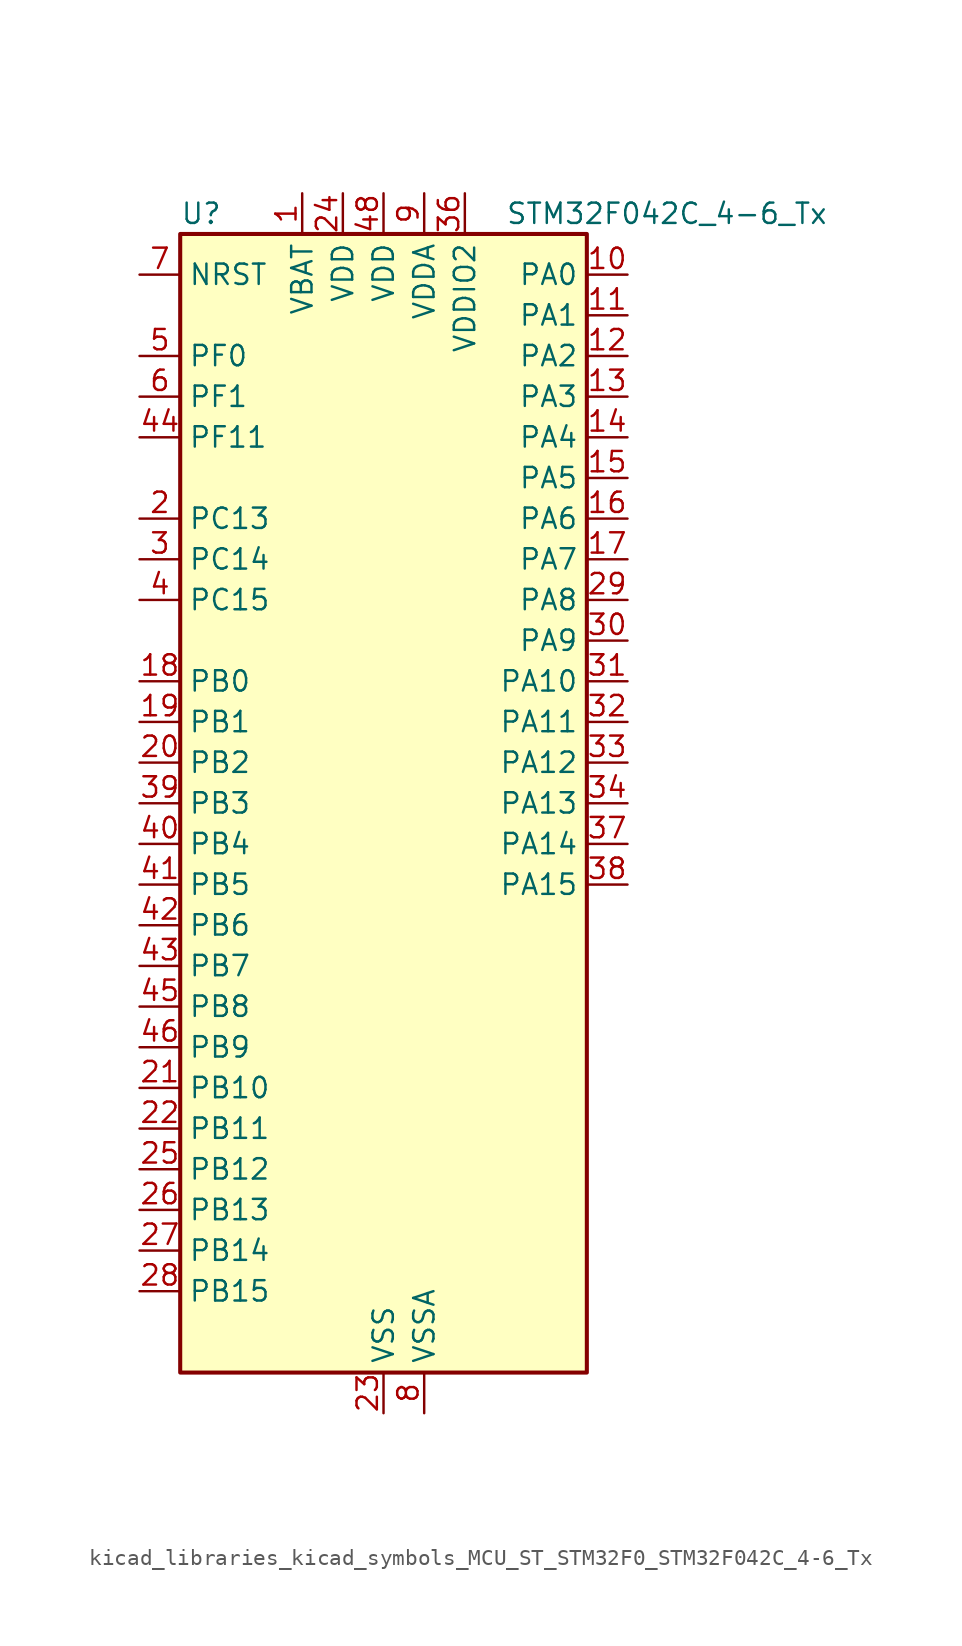
<source format=kicad_sym>
(kicad_symbol_lib
  (version 20220914)
  (generator kicad_symbol_editor)
  (symbol "kicad_libraries_kicad_symbols_MCU_ST_STM32F0_STM32F042C_4-6_Tx"
    (property "Reference" "U"
      (at -12.7 36.83 0)
      (effects (font (size 1.27 1.27)) (justify left)))
    (property "Value" "STM32F042C_4-6_Tx"
      (at 7.62 36.83 0)
      (effects (font (size 1.27 1.27)) (justify left)))
    (property "ki_locked" ""
      (at 0 0 0)
      (effects (font (size 1.27 1.27))))
    (symbol "kicad_libraries_kicad_symbols_MCU_ST_STM32F0_STM32F042C_4-6_Tx_0_1"
      (rectangle (start -12.7 -35.56) (end 12.7 35.56) (stroke (width 0.254) (type default)) (fill (type background))))
    (symbol "kicad_libraries_kicad_symbols_MCU_ST_STM32F0_STM32F042C_4-6_Tx_1_1"
      (pin power_in line (at -5.08 38.1 270) (length 2.54) (name "VBAT" (effects (font (size 1.27 1.27)))) (number "1" (effects (font (size 1.27 1.27)))))
      (pin bidirectional line (at 15.24 33.02 180) (length 2.54) (name "PA0" (effects (font (size 1.27 1.27)))) (number "10" (effects (font (size 1.27 1.27)))) (alternate "ADC_IN0" bidirectional line) (alternate "RTC_TAMP2" bidirectional line) (alternate "SYS_WKUP1" bidirectional line) (alternate "TIM2_CH1" bidirectional line) (alternate "TIM2_ETR" bidirectional line) (alternate "TSC_G1_IO1" bidirectional line) (alternate "USART2_CTS" bidirectional line))
      (pin bidirectional line (at 15.24 30.48 180) (length 2.54) (name "PA1" (effects (font (size 1.27 1.27)))) (number "11" (effects (font (size 1.27 1.27)))) (alternate "ADC_IN1" bidirectional line) (alternate "TIM2_CH2" bidirectional line) (alternate "TSC_G1_IO2" bidirectional line) (alternate "USART2_DE" bidirectional line) (alternate "USART2_RTS" bidirectional line))
      (pin bidirectional line (at 15.24 27.94 180) (length 2.54) (name "PA2" (effects (font (size 1.27 1.27)))) (number "12" (effects (font (size 1.27 1.27)))) (alternate "ADC_IN2" bidirectional line) (alternate "SYS_WKUP4" bidirectional line) (alternate "TIM2_CH3" bidirectional line) (alternate "TSC_G1_IO3" bidirectional line) (alternate "USART2_TX" bidirectional line))
      (pin bidirectional line (at 15.24 25.4 180) (length 2.54) (name "PA3" (effects (font (size 1.27 1.27)))) (number "13" (effects (font (size 1.27 1.27)))) (alternate "ADC_IN3" bidirectional line) (alternate "TIM2_CH4" bidirectional line) (alternate "TSC_G1_IO4" bidirectional line) (alternate "USART2_RX" bidirectional line))
      (pin bidirectional line (at 15.24 22.86 180) (length 2.54) (name "PA4" (effects (font (size 1.27 1.27)))) (number "14" (effects (font (size 1.27 1.27)))) (alternate "ADC_IN4" bidirectional line) (alternate "I2S1_WS" bidirectional line) (alternate "SPI1_NSS" bidirectional line) (alternate "TIM14_CH1" bidirectional line) (alternate "TSC_G2_IO1" bidirectional line) (alternate "USART2_CK" bidirectional line) (alternate "USB_NOE" bidirectional line))
      (pin bidirectional line (at 15.24 20.32 180) (length 2.54) (name "PA5" (effects (font (size 1.27 1.27)))) (number "15" (effects (font (size 1.27 1.27)))) (alternate "ADC_IN5" bidirectional line) (alternate "CEC" bidirectional line) (alternate "I2S1_CK" bidirectional line) (alternate "SPI1_SCK" bidirectional line) (alternate "TIM2_CH1" bidirectional line) (alternate "TIM2_ETR" bidirectional line) (alternate "TSC_G2_IO2" bidirectional line))
      (pin bidirectional line (at 15.24 17.78 180) (length 2.54) (name "PA6" (effects (font (size 1.27 1.27)))) (number "16" (effects (font (size 1.27 1.27)))) (alternate "ADC_IN6" bidirectional line) (alternate "I2S1_MCK" bidirectional line) (alternate "SPI1_MISO" bidirectional line) (alternate "TIM16_CH1" bidirectional line) (alternate "TIM1_BKIN" bidirectional line) (alternate "TIM3_CH1" bidirectional line) (alternate "TSC_G2_IO3" bidirectional line))
      (pin bidirectional line (at 15.24 15.24 180) (length 2.54) (name "PA7" (effects (font (size 1.27 1.27)))) (number "17" (effects (font (size 1.27 1.27)))) (alternate "ADC_IN7" bidirectional line) (alternate "I2S1_SD" bidirectional line) (alternate "SPI1_MOSI" bidirectional line) (alternate "TIM14_CH1" bidirectional line) (alternate "TIM17_CH1" bidirectional line) (alternate "TIM1_CH1N" bidirectional line) (alternate "TIM3_CH2" bidirectional line) (alternate "TSC_G2_IO4" bidirectional line))
      (pin bidirectional line (at -15.24 7.62 0) (length 2.54) (name "PB0" (effects (font (size 1.27 1.27)))) (number "18" (effects (font (size 1.27 1.27)))) (alternate "ADC_IN8" bidirectional line) (alternate "TIM1_CH2N" bidirectional line) (alternate "TIM3_CH3" bidirectional line) (alternate "TSC_G3_IO2" bidirectional line))
      (pin bidirectional line (at -15.24 5.08 0) (length 2.54) (name "PB1" (effects (font (size 1.27 1.27)))) (number "19" (effects (font (size 1.27 1.27)))) (alternate "ADC_IN9" bidirectional line) (alternate "TIM14_CH1" bidirectional line) (alternate "TIM1_CH3N" bidirectional line) (alternate "TIM3_CH4" bidirectional line) (alternate "TSC_G3_IO3" bidirectional line))
      (pin bidirectional line (at -15.24 17.78 0) (length 2.54) (name "PC13" (effects (font (size 1.27 1.27)))) (number "2" (effects (font (size 1.27 1.27)))) (alternate "RTC_OUT_ALARM" bidirectional line) (alternate "RTC_OUT_CALIB" bidirectional line) (alternate "RTC_TAMP1" bidirectional line) (alternate "RTC_TS" bidirectional line) (alternate "SYS_WKUP2" bidirectional line))
      (pin bidirectional line (at -15.24 2.54 0) (length 2.54) (name "PB2" (effects (font (size 1.27 1.27)))) (number "20" (effects (font (size 1.27 1.27)))) (alternate "TSC_G3_IO4" bidirectional line))
      (pin bidirectional line (at -15.24 -17.78 0) (length 2.54) (name "PB10" (effects (font (size 1.27 1.27)))) (number "21" (effects (font (size 1.27 1.27)))) (alternate "CEC" bidirectional line) (alternate "I2C1_SCL" bidirectional line) (alternate "SPI2_SCK" bidirectional line) (alternate "TIM2_CH3" bidirectional line) (alternate "TSC_SYNC" bidirectional line))
      (pin bidirectional line (at -15.24 -20.32 0) (length 2.54) (name "PB11" (effects (font (size 1.27 1.27)))) (number "22" (effects (font (size 1.27 1.27)))) (alternate "I2C1_SDA" bidirectional line) (alternate "TIM2_CH4" bidirectional line))
      (pin power_in line (at 0 -38.1 90) (length 2.54) (name "VSS" (effects (font (size 1.27 1.27)))) (number "23" (effects (font (size 1.27 1.27)))))
      (pin power_in line (at -2.54 38.1 270) (length 2.54) (name "VDD" (effects (font (size 1.27 1.27)))) (number "24" (effects (font (size 1.27 1.27)))))
      (pin bidirectional line (at -15.24 -22.86 0) (length 2.54) (name "PB12" (effects (font (size 1.27 1.27)))) (number "25" (effects (font (size 1.27 1.27)))) (alternate "SPI2_NSS" bidirectional line) (alternate "TIM1_BKIN" bidirectional line))
      (pin bidirectional line (at -15.24 -25.4 0) (length 2.54) (name "PB13" (effects (font (size 1.27 1.27)))) (number "26" (effects (font (size 1.27 1.27)))) (alternate "I2C1_SCL" bidirectional line) (alternate "SPI2_SCK" bidirectional line) (alternate "TIM1_CH1N" bidirectional line))
      (pin bidirectional line (at -15.24 -27.94 0) (length 2.54) (name "PB14" (effects (font (size 1.27 1.27)))) (number "27" (effects (font (size 1.27 1.27)))) (alternate "I2C1_SDA" bidirectional line) (alternate "SPI2_MISO" bidirectional line) (alternate "TIM1_CH2N" bidirectional line))
      (pin bidirectional line (at -15.24 -30.48 0) (length 2.54) (name "PB15" (effects (font (size 1.27 1.27)))) (number "28" (effects (font (size 1.27 1.27)))) (alternate "RTC_REFIN" bidirectional line) (alternate "SPI2_MOSI" bidirectional line) (alternate "SYS_WKUP7" bidirectional line) (alternate "TIM1_CH3N" bidirectional line))
      (pin bidirectional line (at 15.24 12.7 180) (length 2.54) (name "PA8" (effects (font (size 1.27 1.27)))) (number "29" (effects (font (size 1.27 1.27)))) (alternate "CRS_SYNC" bidirectional line) (alternate "RCC_MCO" bidirectional line) (alternate "TIM1_CH1" bidirectional line) (alternate "USART1_CK" bidirectional line))
      (pin bidirectional line (at -15.24 15.24 0) (length 2.54) (name "PC14" (effects (font (size 1.27 1.27)))) (number "3" (effects (font (size 1.27 1.27)))) (alternate "RCC_OSC32_IN" bidirectional line))
      (pin bidirectional line (at 15.24 10.16 180) (length 2.54) (name "PA9" (effects (font (size 1.27 1.27)))) (number "30" (effects (font (size 1.27 1.27)))) (alternate "I2C1_SCL" bidirectional line) (alternate "TIM1_CH2" bidirectional line) (alternate "TSC_G4_IO1" bidirectional line) (alternate "USART1_TX" bidirectional line))
      (pin bidirectional line (at 15.24 7.62 180) (length 2.54) (name "PA10" (effects (font (size 1.27 1.27)))) (number "31" (effects (font (size 1.27 1.27)))) (alternate "I2C1_SDA" bidirectional line) (alternate "TIM17_BKIN" bidirectional line) (alternate "TIM1_CH3" bidirectional line) (alternate "TSC_G4_IO2" bidirectional line) (alternate "USART1_RX" bidirectional line))
      (pin bidirectional line (at 15.24 5.08 180) (length 2.54) (name "PA11" (effects (font (size 1.27 1.27)))) (number "32" (effects (font (size 1.27 1.27)))) (alternate "CAN_RX" bidirectional line) (alternate "I2C1_SCL" bidirectional line) (alternate "TIM1_CH4" bidirectional line) (alternate "TSC_G4_IO3" bidirectional line) (alternate "USART1_CTS" bidirectional line) (alternate "USB_DM" bidirectional line))
      (pin bidirectional line (at 15.24 2.54 180) (length 2.54) (name "PA12" (effects (font (size 1.27 1.27)))) (number "33" (effects (font (size 1.27 1.27)))) (alternate "CAN_TX" bidirectional line) (alternate "I2C1_SDA" bidirectional line) (alternate "TIM1_ETR" bidirectional line) (alternate "TSC_G4_IO4" bidirectional line) (alternate "USART1_DE" bidirectional line) (alternate "USART1_RTS" bidirectional line) (alternate "USB_DP" bidirectional line))
      (pin bidirectional line (at 15.24 0 180) (length 2.54) (name "PA13" (effects (font (size 1.27 1.27)))) (number "34" (effects (font (size 1.27 1.27)))) (alternate "IR_OUT" bidirectional line) (alternate "SYS_SWDIO" bidirectional line) (alternate "USB_NOE" bidirectional line))
      (pin passive line (at 0 -38.1 90) (length 2.54) hide (name "VSS" (effects (font (size 1.27 1.27)))) (number "35" (effects (font (size 1.27 1.27)))))
      (pin power_in line (at 5.08 38.1 270) (length 2.54) (name "VDDIO2" (effects (font (size 1.27 1.27)))) (number "36" (effects (font (size 1.27 1.27)))))
      (pin bidirectional line (at 15.24 -2.54 180) (length 2.54) (name "PA14" (effects (font (size 1.27 1.27)))) (number "37" (effects (font (size 1.27 1.27)))) (alternate "SYS_SWCLK" bidirectional line) (alternate "USART2_TX" bidirectional line))
      (pin bidirectional line (at 15.24 -5.08 180) (length 2.54) (name "PA15" (effects (font (size 1.27 1.27)))) (number "38" (effects (font (size 1.27 1.27)))) (alternate "I2S1_WS" bidirectional line) (alternate "SPI1_NSS" bidirectional line) (alternate "TIM2_CH1" bidirectional line) (alternate "TIM2_ETR" bidirectional line) (alternate "USART2_RX" bidirectional line) (alternate "USB_NOE" bidirectional line))
      (pin bidirectional line (at -15.24 0 0) (length 2.54) (name "PB3" (effects (font (size 1.27 1.27)))) (number "39" (effects (font (size 1.27 1.27)))) (alternate "I2S1_CK" bidirectional line) (alternate "SPI1_SCK" bidirectional line) (alternate "TIM2_CH2" bidirectional line) (alternate "TSC_G5_IO1" bidirectional line))
      (pin bidirectional line (at -15.24 12.7 0) (length 2.54) (name "PC15" (effects (font (size 1.27 1.27)))) (number "4" (effects (font (size 1.27 1.27)))) (alternate "RCC_OSC32_OUT" bidirectional line))
      (pin bidirectional line (at -15.24 -2.54 0) (length 2.54) (name "PB4" (effects (font (size 1.27 1.27)))) (number "40" (effects (font (size 1.27 1.27)))) (alternate "I2S1_MCK" bidirectional line) (alternate "SPI1_MISO" bidirectional line) (alternate "TIM17_BKIN" bidirectional line) (alternate "TIM3_CH1" bidirectional line) (alternate "TSC_G5_IO2" bidirectional line))
      (pin bidirectional line (at -15.24 -5.08 0) (length 2.54) (name "PB5" (effects (font (size 1.27 1.27)))) (number "41" (effects (font (size 1.27 1.27)))) (alternate "I2C1_SMBA" bidirectional line) (alternate "I2S1_SD" bidirectional line) (alternate "SPI1_MOSI" bidirectional line) (alternate "SYS_WKUP6" bidirectional line) (alternate "TIM16_BKIN" bidirectional line) (alternate "TIM3_CH2" bidirectional line))
      (pin bidirectional line (at -15.24 -7.62 0) (length 2.54) (name "PB6" (effects (font (size 1.27 1.27)))) (number "42" (effects (font (size 1.27 1.27)))) (alternate "I2C1_SCL" bidirectional line) (alternate "TIM16_CH1N" bidirectional line) (alternate "TSC_G5_IO3" bidirectional line) (alternate "USART1_TX" bidirectional line))
      (pin bidirectional line (at -15.24 -10.16 0) (length 2.54) (name "PB7" (effects (font (size 1.27 1.27)))) (number "43" (effects (font (size 1.27 1.27)))) (alternate "I2C1_SDA" bidirectional line) (alternate "TIM17_CH1N" bidirectional line) (alternate "TSC_G5_IO4" bidirectional line) (alternate "USART1_RX" bidirectional line))
      (pin bidirectional line (at -15.24 22.86 0) (length 2.54) (name "PF11" (effects (font (size 1.27 1.27)))) (number "44" (effects (font (size 1.27 1.27)))))
      (pin bidirectional line (at -15.24 -12.7 0) (length 2.54) (name "PB8" (effects (font (size 1.27 1.27)))) (number "45" (effects (font (size 1.27 1.27)))) (alternate "CAN_RX" bidirectional line) (alternate "CEC" bidirectional line) (alternate "I2C1_SCL" bidirectional line) (alternate "TIM16_CH1" bidirectional line) (alternate "TSC_SYNC" bidirectional line))
      (pin bidirectional line (at -15.24 -15.24 0) (length 2.54) (name "PB9" (effects (font (size 1.27 1.27)))) (number "46" (effects (font (size 1.27 1.27)))) (alternate "CAN_TX" bidirectional line) (alternate "I2C1_SDA" bidirectional line) (alternate "IR_OUT" bidirectional line) (alternate "SPI2_NSS" bidirectional line) (alternate "TIM17_CH1" bidirectional line))
      (pin passive line (at 0 -38.1 90) (length 2.54) hide (name "VSS" (effects (font (size 1.27 1.27)))) (number "47" (effects (font (size 1.27 1.27)))))
      (pin power_in line (at 0 38.1 270) (length 2.54) (name "VDD" (effects (font (size 1.27 1.27)))) (number "48" (effects (font (size 1.27 1.27)))))
      (pin bidirectional line (at -15.24 27.94 0) (length 2.54) (name "PF0" (effects (font (size 1.27 1.27)))) (number "5" (effects (font (size 1.27 1.27)))) (alternate "CRS_SYNC" bidirectional line) (alternate "I2C1_SDA" bidirectional line) (alternate "RCC_OSC_IN" bidirectional line))
      (pin bidirectional line (at -15.24 25.4 0) (length 2.54) (name "PF1" (effects (font (size 1.27 1.27)))) (number "6" (effects (font (size 1.27 1.27)))) (alternate "I2C1_SCL" bidirectional line) (alternate "RCC_OSC_OUT" bidirectional line))
      (pin input line (at -15.24 33.02 0) (length 2.54) (name "NRST" (effects (font (size 1.27 1.27)))) (number "7" (effects (font (size 1.27 1.27)))))
      (pin power_in line (at 2.54 -38.1 90) (length 2.54) (name "VSSA" (effects (font (size 1.27 1.27)))) (number "8" (effects (font (size 1.27 1.27)))))
      (pin power_in line (at 2.54 38.1 270) (length 2.54) (name "VDDA" (effects (font (size 1.27 1.27)))) (number "9" (effects (font (size 1.27 1.27))))))))
</source>
